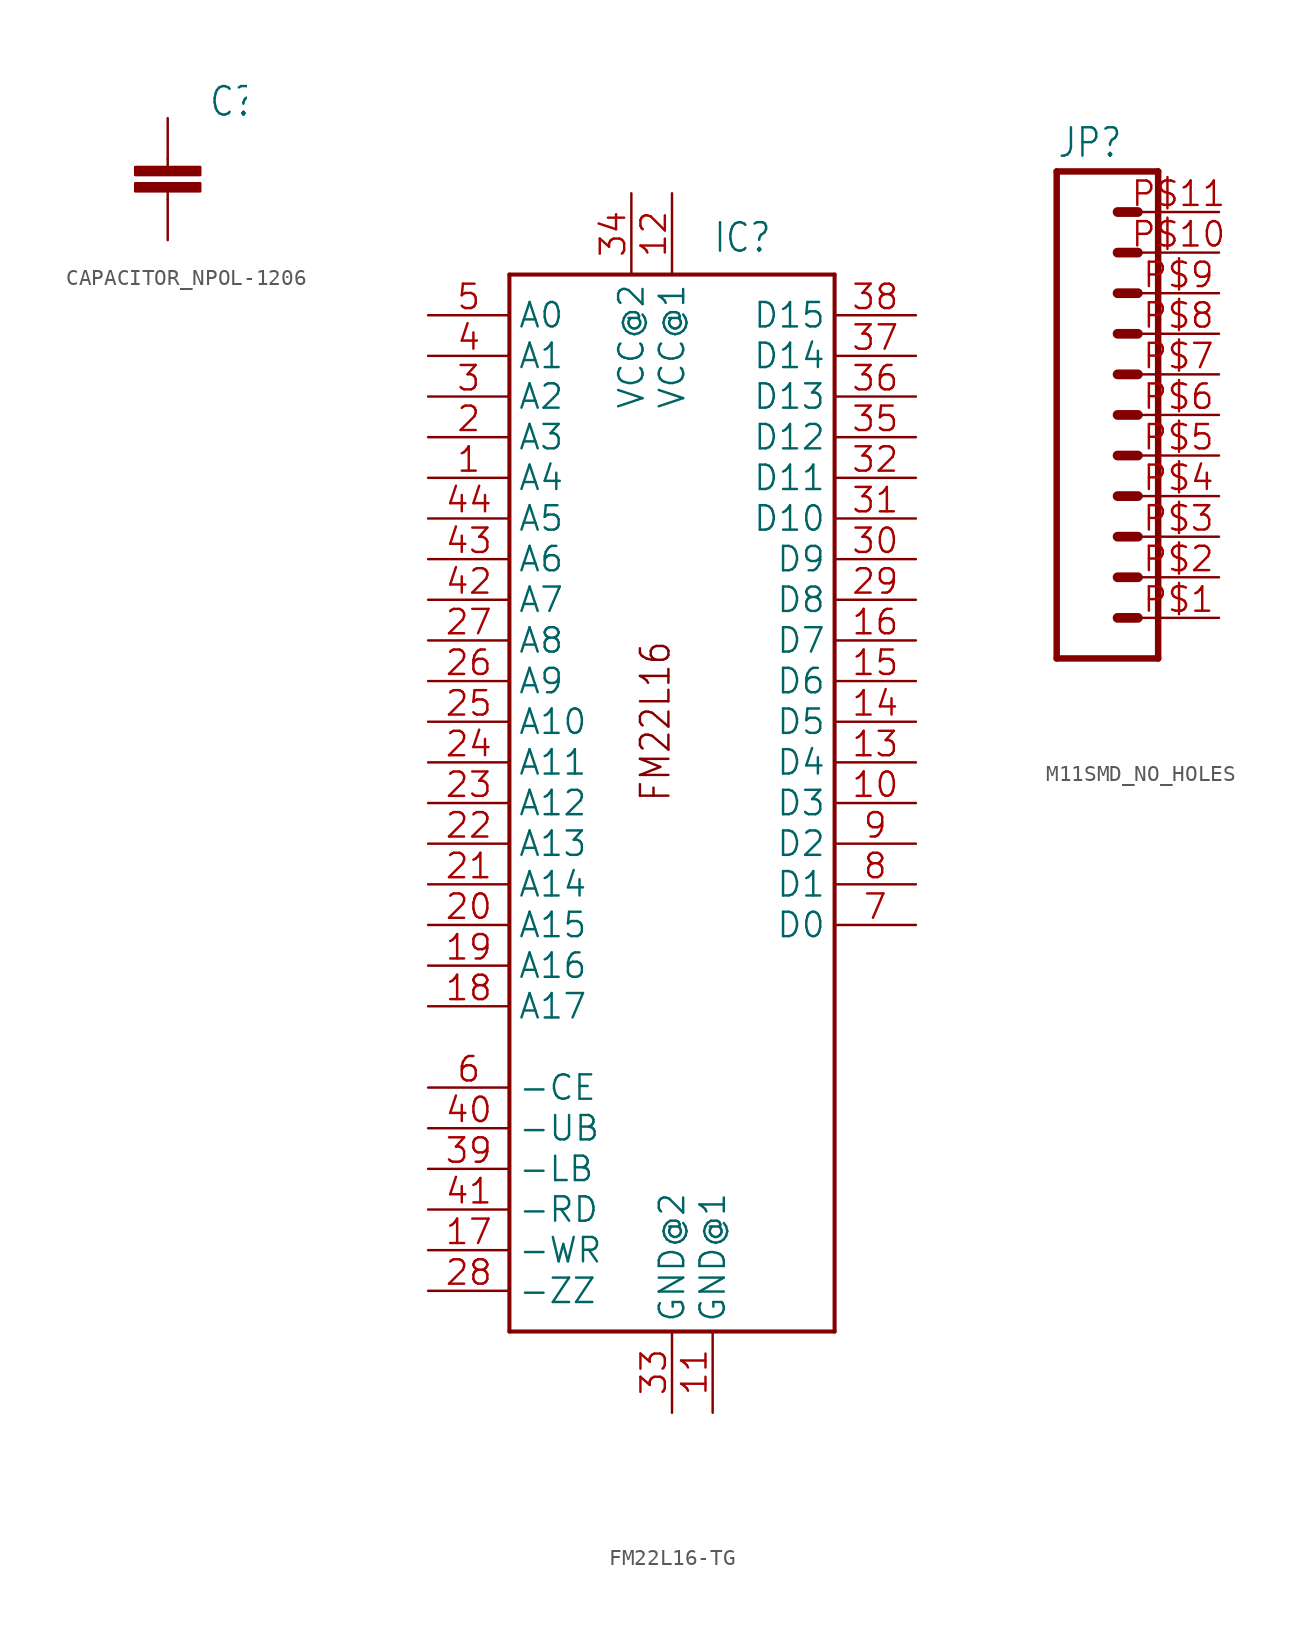
<source format=kicad_sym>
(kicad_symbol_lib
  (version 20241209)
  (generator "kicad_symbol_editor")
  (generator_version "9.0")
  (symbol "CAPACITOR_NPOL-1206"
    (property "Reference" "C"
      (at 2.54 5.08 0)
      (effects (font (size 1.778 1.511)) (justify left bottom)))
    (property "Value" ""
      (at 2.54 2.54 0)
      (effects (font (size 1.778 1.511)) (justify left bottom)))
    (property "ki_locked" ""
      (at 0 0 0)
      (effects (font (size 1.27 1.27))))
    (symbol "CAPACITOR_NPOL-1206_1_0"
      (rectangle (start -2.032 1.524) (end 2.032 2.032) (stroke (width 0) (type default)) (fill (type outline)))
      (rectangle (start -2.032 0.508) (end 2.032 1.016) (stroke (width 0) (type default)) (fill (type outline)))
      (polyline (pts (xy 0 2.54) (xy 0 2.032)) (stroke (width 0.152) (type solid)) (fill (type none)))
      (polyline (pts (xy 0 0) (xy 0 0.508)) (stroke (width 0.152) (type solid)) (fill (type none)))
      (pin passive line (at 0 5.08 270) (length 2.54) (name "1" (effects (font (size 0 0)))) (number "1" (effects (font (size 0 0)))))
      (pin passive line (at 0 -2.54 90) (length 2.54) (name "2" (effects (font (size 0 0)))) (number "2" (effects (font (size 0 0)))))))
  (symbol "FM22L16-TG"
    (property "Reference" "IC"
      (at 2.54 24.13 0)
      (effects (font (size 1.778 1.511)) (justify left bottom)))
    (property "Value" ""
      (at 2.54 -10.16 90)
      (effects (font (size 1.778 1.511)) (justify left bottom)))
    (property "ki_locked" ""
      (at 0 0 0)
      (effects (font (size 1.27 1.27))))
    (symbol "FM22L16-TG_1_0"
      (polyline (pts (xy -10.16 22.86) (xy -10.16 -43.18)) (stroke (width 0.254) (type solid)) (fill (type none)))
      (polyline (pts (xy -10.16 -43.18) (xy 10.16 -43.18)) (stroke (width 0.254) (type solid)) (fill (type none)))
      (polyline (pts (xy 10.16 22.86) (xy -10.16 22.86)) (stroke (width 0.254) (type solid)) (fill (type none)))
      (polyline (pts (xy 10.16 -43.18) (xy 10.16 22.86)) (stroke (width 0.254) (type solid)) (fill (type none)))
      (text "FM22L16" (at 0 -10.16 900) (effects (font (size 1.778 1.511)) (justify left bottom)))
      (pin input line (at -15.24 20.32 0) (length 5.08) (name "A0" (effects (font (size 1.524 1.524)))) (number "5" (effects (font (size 1.524 1.524)))))
      (pin input line (at -15.24 17.78 0) (length 5.08) (name "A1" (effects (font (size 1.524 1.524)))) (number "4" (effects (font (size 1.524 1.524)))))
      (pin input line (at -15.24 15.24 0) (length 5.08) (name "A2" (effects (font (size 1.524 1.524)))) (number "3" (effects (font (size 1.524 1.524)))))
      (pin input line (at -15.24 12.7 0) (length 5.08) (name "A3" (effects (font (size 1.524 1.524)))) (number "2" (effects (font (size 1.524 1.524)))))
      (pin input line (at -15.24 10.16 0) (length 5.08) (name "A4" (effects (font (size 1.524 1.524)))) (number "1" (effects (font (size 1.524 1.524)))))
      (pin input line (at -15.24 7.62 0) (length 5.08) (name "A5" (effects (font (size 1.524 1.524)))) (number "44" (effects (font (size 1.524 1.524)))))
      (pin input line (at -15.24 5.08 0) (length 5.08) (name "A6" (effects (font (size 1.524 1.524)))) (number "43" (effects (font (size 1.524 1.524)))))
      (pin input line (at -15.24 2.54 0) (length 5.08) (name "A7" (effects (font (size 1.524 1.524)))) (number "42" (effects (font (size 1.524 1.524)))))
      (pin input line (at -15.24 0 0) (length 5.08) (name "A8" (effects (font (size 1.524 1.524)))) (number "27" (effects (font (size 1.524 1.524)))))
      (pin input line (at -15.24 -2.54 0) (length 5.08) (name "A9" (effects (font (size 1.524 1.524)))) (number "26" (effects (font (size 1.524 1.524)))))
      (pin input line (at -15.24 -5.08 0) (length 5.08) (name "A10" (effects (font (size 1.524 1.524)))) (number "25" (effects (font (size 1.524 1.524)))))
      (pin input line (at -15.24 -7.62 0) (length 5.08) (name "A11" (effects (font (size 1.524 1.524)))) (number "24" (effects (font (size 1.524 1.524)))))
      (pin input line (at -15.24 -10.16 0) (length 5.08) (name "A12" (effects (font (size 1.524 1.524)))) (number "23" (effects (font (size 1.524 1.524)))))
      (pin input line (at -15.24 -12.7 0) (length 5.08) (name "A13" (effects (font (size 1.524 1.524)))) (number "22" (effects (font (size 1.524 1.524)))))
      (pin input line (at -15.24 -15.24 0) (length 5.08) (name "A14" (effects (font (size 1.524 1.524)))) (number "21" (effects (font (size 1.524 1.524)))))
      (pin input line (at -15.24 -17.78 0) (length 5.08) (name "A15" (effects (font (size 1.524 1.524)))) (number "20" (effects (font (size 1.524 1.524)))))
      (pin input line (at -15.24 -20.32 0) (length 5.08) (name "A16" (effects (font (size 1.524 1.524)))) (number "19" (effects (font (size 1.524 1.524)))))
      (pin input line (at -15.24 -22.86 0) (length 5.08) (name "A17" (effects (font (size 1.524 1.524)))) (number "18" (effects (font (size 1.524 1.524)))))
      (pin input line (at -15.24 -27.94 0) (length 5.08) (name "-CE" (effects (font (size 1.524 1.524)))) (number "6" (effects (font (size 1.524 1.524)))))
      (pin input line (at -15.24 -30.48 0) (length 5.08) (name "-UB" (effects (font (size 1.524 1.524)))) (number "40" (effects (font (size 1.524 1.524)))))
      (pin input line (at -15.24 -33.02 0) (length 5.08) (name "-LB" (effects (font (size 1.524 1.524)))) (number "39" (effects (font (size 1.524 1.524)))))
      (pin input line (at -15.24 -35.56 0) (length 5.08) (name "-RD" (effects (font (size 1.524 1.524)))) (number "41" (effects (font (size 1.524 1.524)))))
      (pin input line (at -15.24 -38.1 0) (length 5.08) (name "-WR" (effects (font (size 1.524 1.524)))) (number "17" (effects (font (size 1.524 1.524)))))
      (pin input line (at -15.24 -40.64 0) (length 5.08) (name "-ZZ" (effects (font (size 1.524 1.524)))) (number "28" (effects (font (size 1.524 1.524)))))
      (pin power_in line (at -2.54 27.94 270) (length 5.08) (name "VCC@2" (effects (font (size 1.524 1.524)))) (number "34" (effects (font (size 1.524 1.524)))))
      (pin power_in line (at 0 27.94 270) (length 5.08) (name "VCC@1" (effects (font (size 1.524 1.524)))) (number "12" (effects (font (size 1.524 1.524)))))
      (pin power_in line (at 0 -48.26 90) (length 5.08) (name "GND@2" (effects (font (size 1.524 1.524)))) (number "33" (effects (font (size 1.524 1.524)))))
      (pin power_in line (at 2.54 -48.26 90) (length 5.08) (name "GND@1" (effects (font (size 1.524 1.524)))) (number "11" (effects (font (size 1.524 1.524)))))
      (pin bidirectional line (at 15.24 20.32 180) (length 5.08) (name "D15" (effects (font (size 1.524 1.524)))) (number "38" (effects (font (size 1.524 1.524)))))
      (pin bidirectional line (at 15.24 17.78 180) (length 5.08) (name "D14" (effects (font (size 1.524 1.524)))) (number "37" (effects (font (size 1.524 1.524)))))
      (pin bidirectional line (at 15.24 15.24 180) (length 5.08) (name "D13" (effects (font (size 1.524 1.524)))) (number "36" (effects (font (size 1.524 1.524)))))
      (pin bidirectional line (at 15.24 12.7 180) (length 5.08) (name "D12" (effects (font (size 1.524 1.524)))) (number "35" (effects (font (size 1.524 1.524)))))
      (pin bidirectional line (at 15.24 10.16 180) (length 5.08) (name "D11" (effects (font (size 1.524 1.524)))) (number "32" (effects (font (size 1.524 1.524)))))
      (pin bidirectional line (at 15.24 7.62 180) (length 5.08) (name "D10" (effects (font (size 1.524 1.524)))) (number "31" (effects (font (size 1.524 1.524)))))
      (pin bidirectional line (at 15.24 5.08 180) (length 5.08) (name "D9" (effects (font (size 1.524 1.524)))) (number "30" (effects (font (size 1.524 1.524)))))
      (pin bidirectional line (at 15.24 2.54 180) (length 5.08) (name "D8" (effects (font (size 1.524 1.524)))) (number "29" (effects (font (size 1.524 1.524)))))
      (pin bidirectional line (at 15.24 0 180) (length 5.08) (name "D7" (effects (font (size 1.524 1.524)))) (number "16" (effects (font (size 1.524 1.524)))))
      (pin bidirectional line (at 15.24 -2.54 180) (length 5.08) (name "D6" (effects (font (size 1.524 1.524)))) (number "15" (effects (font (size 1.524 1.524)))))
      (pin bidirectional line (at 15.24 -5.08 180) (length 5.08) (name "D5" (effects (font (size 1.524 1.524)))) (number "14" (effects (font (size 1.524 1.524)))))
      (pin bidirectional line (at 15.24 -7.62 180) (length 5.08) (name "D4" (effects (font (size 1.524 1.524)))) (number "13" (effects (font (size 1.524 1.524)))))
      (pin bidirectional line (at 15.24 -10.16 180) (length 5.08) (name "D3" (effects (font (size 1.524 1.524)))) (number "10" (effects (font (size 1.524 1.524)))))
      (pin bidirectional line (at 15.24 -12.7 180) (length 5.08) (name "D2" (effects (font (size 1.524 1.524)))) (number "9" (effects (font (size 1.524 1.524)))))
      (pin bidirectional line (at 15.24 -15.24 180) (length 5.08) (name "D1" (effects (font (size 1.524 1.524)))) (number "8" (effects (font (size 1.524 1.524)))))
      (pin bidirectional line (at 15.24 -17.78 180) (length 5.08) (name "D0" (effects (font (size 1.524 1.524)))) (number "7" (effects (font (size 1.524 1.524)))))))
  (symbol "M11SMD_NO_HOLES"
    (property "Reference" "JP"
      (at 0 16.002 0)
      (effects (font (size 1.778 1.511)) (justify left bottom)))
    (property "Value" ""
      (at 0 -17.78 0)
      (effects (font (size 1.778 1.511)) (justify left bottom)))
    (property "ki_locked" ""
      (at 0 0 0)
      (effects (font (size 1.27 1.27))))
    (symbol "M11SMD_NO_HOLES_1_0"
      (polyline (pts (xy 0 15.24) (xy 0 -15.24)) (stroke (width 0.406) (type solid)) (fill (type none)))
      (polyline (pts (xy 0 15.24) (xy 6.35 15.24)) (stroke (width 0.406) (type solid)) (fill (type none)))
      (polyline (pts (xy 3.81 12.7) (xy 5.08 12.7)) (stroke (width 0.61) (type solid)) (fill (type none)))
      (polyline (pts (xy 3.81 10.16) (xy 5.08 10.16)) (stroke (width 0.61) (type solid)) (fill (type none)))
      (polyline (pts (xy 3.81 7.62) (xy 5.08 7.62)) (stroke (width 0.61) (type solid)) (fill (type none)))
      (polyline (pts (xy 3.81 5.08) (xy 5.08 5.08)) (stroke (width 0.61) (type solid)) (fill (type none)))
      (polyline (pts (xy 3.81 2.54) (xy 5.08 2.54)) (stroke (width 0.61) (type solid)) (fill (type none)))
      (polyline (pts (xy 3.81 0) (xy 5.08 0)) (stroke (width 0.61) (type solid)) (fill (type none)))
      (polyline (pts (xy 3.81 -2.54) (xy 5.08 -2.54)) (stroke (width 0.61) (type solid)) (fill (type none)))
      (polyline (pts (xy 3.81 -5.08) (xy 5.08 -5.08)) (stroke (width 0.61) (type solid)) (fill (type none)))
      (polyline (pts (xy 3.81 -7.62) (xy 5.08 -7.62)) (stroke (width 0.61) (type solid)) (fill (type none)))
      (polyline (pts (xy 3.81 -10.16) (xy 5.08 -10.16)) (stroke (width 0.61) (type solid)) (fill (type none)))
      (polyline (pts (xy 3.81 -12.7) (xy 5.08 -12.7)) (stroke (width 0.61) (type solid)) (fill (type none)))
      (polyline (pts (xy 6.35 -15.24) (xy 0 -15.24)) (stroke (width 0.406) (type solid)) (fill (type none)))
      (polyline (pts (xy 6.35 -15.24) (xy 6.35 15.24)) (stroke (width 0.406) (type solid)) (fill (type none)))
      (pin passive line (at 10.16 12.7 180) (length 5.08) (name "11" (effects (font (size 0 0)))) (number "P$11" (effects (font (size 1.524 1.524)))))
      (pin passive line (at 10.16 10.16 180) (length 5.08) (name "10" (effects (font (size 0 0)))) (number "P$10" (effects (font (size 1.524 1.524)))))
      (pin passive line (at 10.16 7.62 180) (length 5.08) (name "9" (effects (font (size 0 0)))) (number "P$9" (effects (font (size 1.524 1.524)))))
      (pin passive line (at 10.16 5.08 180) (length 5.08) (name "8" (effects (font (size 0 0)))) (number "P$8" (effects (font (size 1.524 1.524)))))
      (pin passive line (at 10.16 2.54 180) (length 5.08) (name "7" (effects (font (size 0 0)))) (number "P$7" (effects (font (size 1.524 1.524)))))
      (pin passive line (at 10.16 0 180) (length 5.08) (name "6" (effects (font (size 0 0)))) (number "P$6" (effects (font (size 1.524 1.524)))))
      (pin passive line (at 10.16 -2.54 180) (length 5.08) (name "5" (effects (font (size 0 0)))) (number "P$5" (effects (font (size 1.524 1.524)))))
      (pin passive line (at 10.16 -5.08 180) (length 5.08) (name "4" (effects (font (size 0 0)))) (number "P$4" (effects (font (size 1.524 1.524)))))
      (pin passive line (at 10.16 -7.62 180) (length 5.08) (name "3" (effects (font (size 0 0)))) (number "P$3" (effects (font (size 1.524 1.524)))))
      (pin passive line (at 10.16 -10.16 180) (length 5.08) (name "2" (effects (font (size 0 0)))) (number "P$2" (effects (font (size 1.524 1.524)))))
      (pin passive line (at 10.16 -12.7 180) (length 5.08) (name "1" (effects (font (size 0 0)))) (number "P$1" (effects (font (size 1.524 1.524))))))))
</source>
